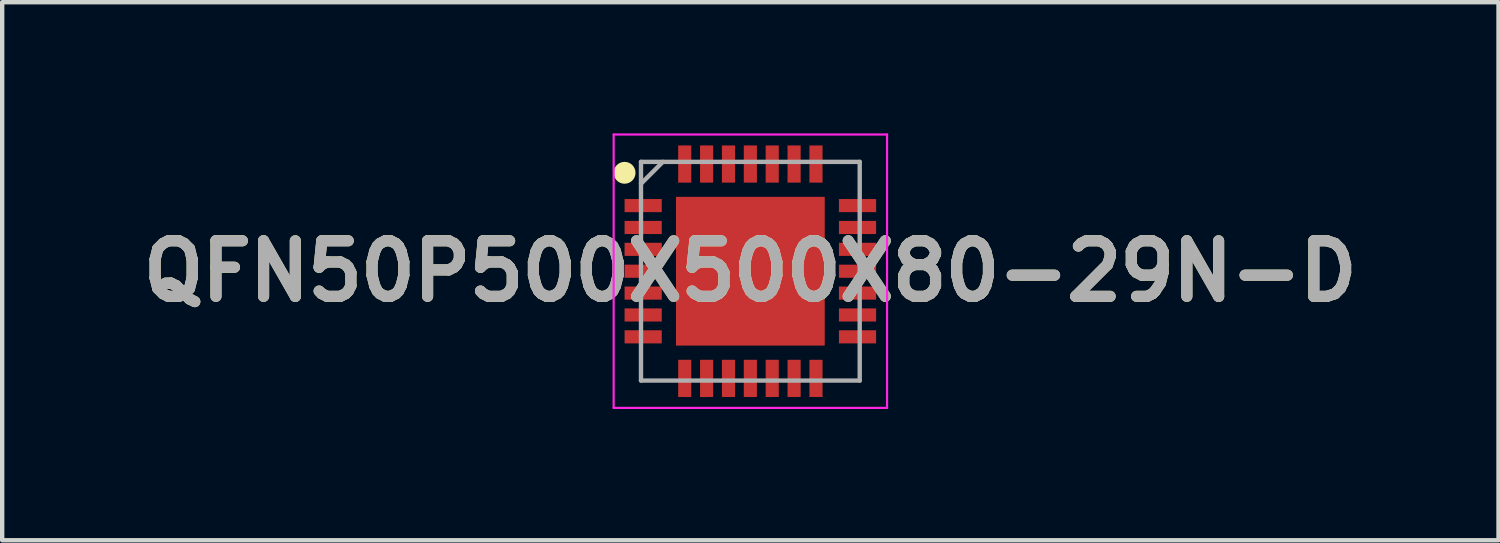
<source format=kicad_pcb>
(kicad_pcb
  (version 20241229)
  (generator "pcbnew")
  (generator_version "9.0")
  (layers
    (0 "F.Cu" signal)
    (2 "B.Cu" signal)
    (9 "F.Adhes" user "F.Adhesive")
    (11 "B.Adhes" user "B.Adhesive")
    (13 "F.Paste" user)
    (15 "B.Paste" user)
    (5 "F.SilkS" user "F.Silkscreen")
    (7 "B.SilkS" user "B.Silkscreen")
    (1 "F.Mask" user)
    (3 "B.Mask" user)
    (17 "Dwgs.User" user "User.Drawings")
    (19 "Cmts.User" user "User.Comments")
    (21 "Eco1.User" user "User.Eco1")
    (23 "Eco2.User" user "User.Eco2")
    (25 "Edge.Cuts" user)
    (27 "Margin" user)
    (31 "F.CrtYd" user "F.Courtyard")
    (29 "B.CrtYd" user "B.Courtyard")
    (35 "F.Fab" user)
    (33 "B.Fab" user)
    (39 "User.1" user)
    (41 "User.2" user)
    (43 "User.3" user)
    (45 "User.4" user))
  (footprint "QFN50P500X500X80-29N-D"
    (layer "F.Cu")
    (at 14.103 3.15)
    (property "Reference" "QFN50P500X500X80-29N-D" (at 0 0 0) (layer "F.SilkS") (effects (font (size 1.27 1.27) (thickness 0.254))))
    (attr smd)
    (fp_circle (center -2.875 -2.25) (end -2.875 -2.125) (stroke (width 0.25) (type solid)) (fill no) (layer "F.SilkS"))
    (fp_line (start -3.125 -3.125) (end 3.125 -3.125) (stroke (width 0.05) (type solid)) (layer "F.CrtYd"))
    (fp_line (start -3.125 3.125) (end -3.125 -3.125) (stroke (width 0.05) (type solid)) (layer "F.CrtYd"))
    (fp_line (start 3.125 -3.125) (end 3.125 3.125) (stroke (width 0.05) (type solid)) (layer "F.CrtYd"))
    (fp_line (start 3.125 3.125) (end -3.125 3.125) (stroke (width 0.05) (type solid)) (layer "F.CrtYd"))
    (fp_line (start -2.5 -2.5) (end 2.5 -2.5) (stroke (width 0.1) (type solid)) (layer "F.Fab"))
    (fp_line (start -2.5 -2) (end -2 -2.5) (stroke (width 0.1) (type solid)) (layer "F.Fab"))
    (fp_line (start -2.5 2.5) (end -2.5 -2.5) (stroke (width 0.1) (type solid)) (layer "F.Fab"))
    (fp_line (start 2.5 -2.5) (end 2.5 2.5) (stroke (width 0.1) (type solid)) (layer "F.Fab"))
    (fp_line (start 2.5 2.5) (end -2.5 2.5) (stroke (width 0.1) (type solid)) (layer "F.Fab"))
    (fp_text user "${REFERENCE}" (at 0 0 0) (layer "F.Fab") (effects (font (size 1.27 1.27) (thickness 0.254))))
    (pad "1" smd rect (at -2.45 -1.5 90) (size 0.3 0.85) (layers "F.Cu" "F.Mask" "F.Paste"))
    (pad "2" smd rect (at -2.45 -1 90) (size 0.3 0.85) (layers "F.Cu" "F.Mask" "F.Paste"))
    (pad "3" smd rect (at -2.45 -0.5 90) (size 0.3 0.85) (layers "F.Cu" "F.Mask" "F.Paste"))
    (pad "4" smd rect (at -2.45 0 90) (size 0.3 0.85) (layers "F.Cu" "F.Mask" "F.Paste"))
    (pad "5" smd rect (at -2.45 0.5 90) (size 0.3 0.85) (layers "F.Cu" "F.Mask" "F.Paste"))
    (pad "6" smd rect (at -2.45 1 90) (size 0.3 0.85) (layers "F.Cu" "F.Mask" "F.Paste"))
    (pad "7" smd rect (at -2.45 1.5 90) (size 0.3 0.85) (layers "F.Cu" "F.Mask" "F.Paste"))
    (pad "8" smd rect (at -1.5 2.45) (size 0.3 0.85) (layers "F.Cu" "F.Mask" "F.Paste"))
    (pad "9" smd rect (at -1 2.45) (size 0.3 0.85) (layers "F.Cu" "F.Mask" "F.Paste"))
    (pad "10" smd rect (at -0.5 2.45) (size 0.3 0.85) (layers "F.Cu" "F.Mask" "F.Paste"))
    (pad "11" smd rect (at 0 2.45) (size 0.3 0.85) (layers "F.Cu" "F.Mask" "F.Paste"))
    (pad "12" smd rect (at 0.5 2.45) (size 0.3 0.85) (layers "F.Cu" "F.Mask" "F.Paste"))
    (pad "13" smd rect (at 1 2.45) (size 0.3 0.85) (layers "F.Cu" "F.Mask" "F.Paste"))
    (pad "14" smd rect (at 1.5 2.45) (size 0.3 0.85) (layers "F.Cu" "F.Mask" "F.Paste"))
    (pad "15" smd rect (at 2.45 1.5 90) (size 0.3 0.85) (layers "F.Cu" "F.Mask" "F.Paste"))
    (pad "16" smd rect (at 2.45 1 90) (size 0.3 0.85) (layers "F.Cu" "F.Mask" "F.Paste"))
    (pad "17" smd rect (at 2.45 0.5 90) (size 0.3 0.85) (layers "F.Cu" "F.Mask" "F.Paste"))
    (pad "18" smd rect (at 2.45 0 90) (size 0.3 0.85) (layers "F.Cu" "F.Mask" "F.Paste"))
    (pad "19" smd rect (at 2.45 -0.5 90) (size 0.3 0.85) (layers "F.Cu" "F.Mask" "F.Paste"))
    (pad "20" smd rect (at 2.45 -1 90) (size 0.3 0.85) (layers "F.Cu" "F.Mask" "F.Paste"))
    (pad "21" smd rect (at 2.45 -1.5 90) (size 0.3 0.85) (layers "F.Cu" "F.Mask" "F.Paste"))
    (pad "22" smd rect (at 1.5 -2.45) (size 0.3 0.85) (layers "F.Cu" "F.Mask" "F.Paste"))
    (pad "23" smd rect (at 1 -2.45) (size 0.3 0.85) (layers "F.Cu" "F.Mask" "F.Paste"))
    (pad "24" smd rect (at 0.5 -2.45) (size 0.3 0.85) (layers "F.Cu" "F.Mask" "F.Paste"))
    (pad "25" smd rect (at 0 -2.45) (size 0.3 0.85) (layers "F.Cu" "F.Mask" "F.Paste"))
    (pad "26" smd rect (at -0.5 -2.45) (size 0.3 0.85) (layers "F.Cu" "F.Mask" "F.Paste"))
    (pad "27" smd rect (at -1 -2.45) (size 0.3 0.85) (layers "F.Cu" "F.Mask" "F.Paste"))
    (pad "28" smd rect (at -1.5 -2.45) (size 0.3 0.85) (layers "F.Cu" "F.Mask" "F.Paste"))
    (pad "29" smd rect (at 0 0) (size 3.4 3.4) (layers "F.Cu" "F.Mask" "F.Paste")))
  (gr_rect
    (start -3 -3)
    (end 31.206 9.3)
    (stroke (width 0.1) (type default))
    (fill no)
    (layer "Edge.Cuts")))
</source>
